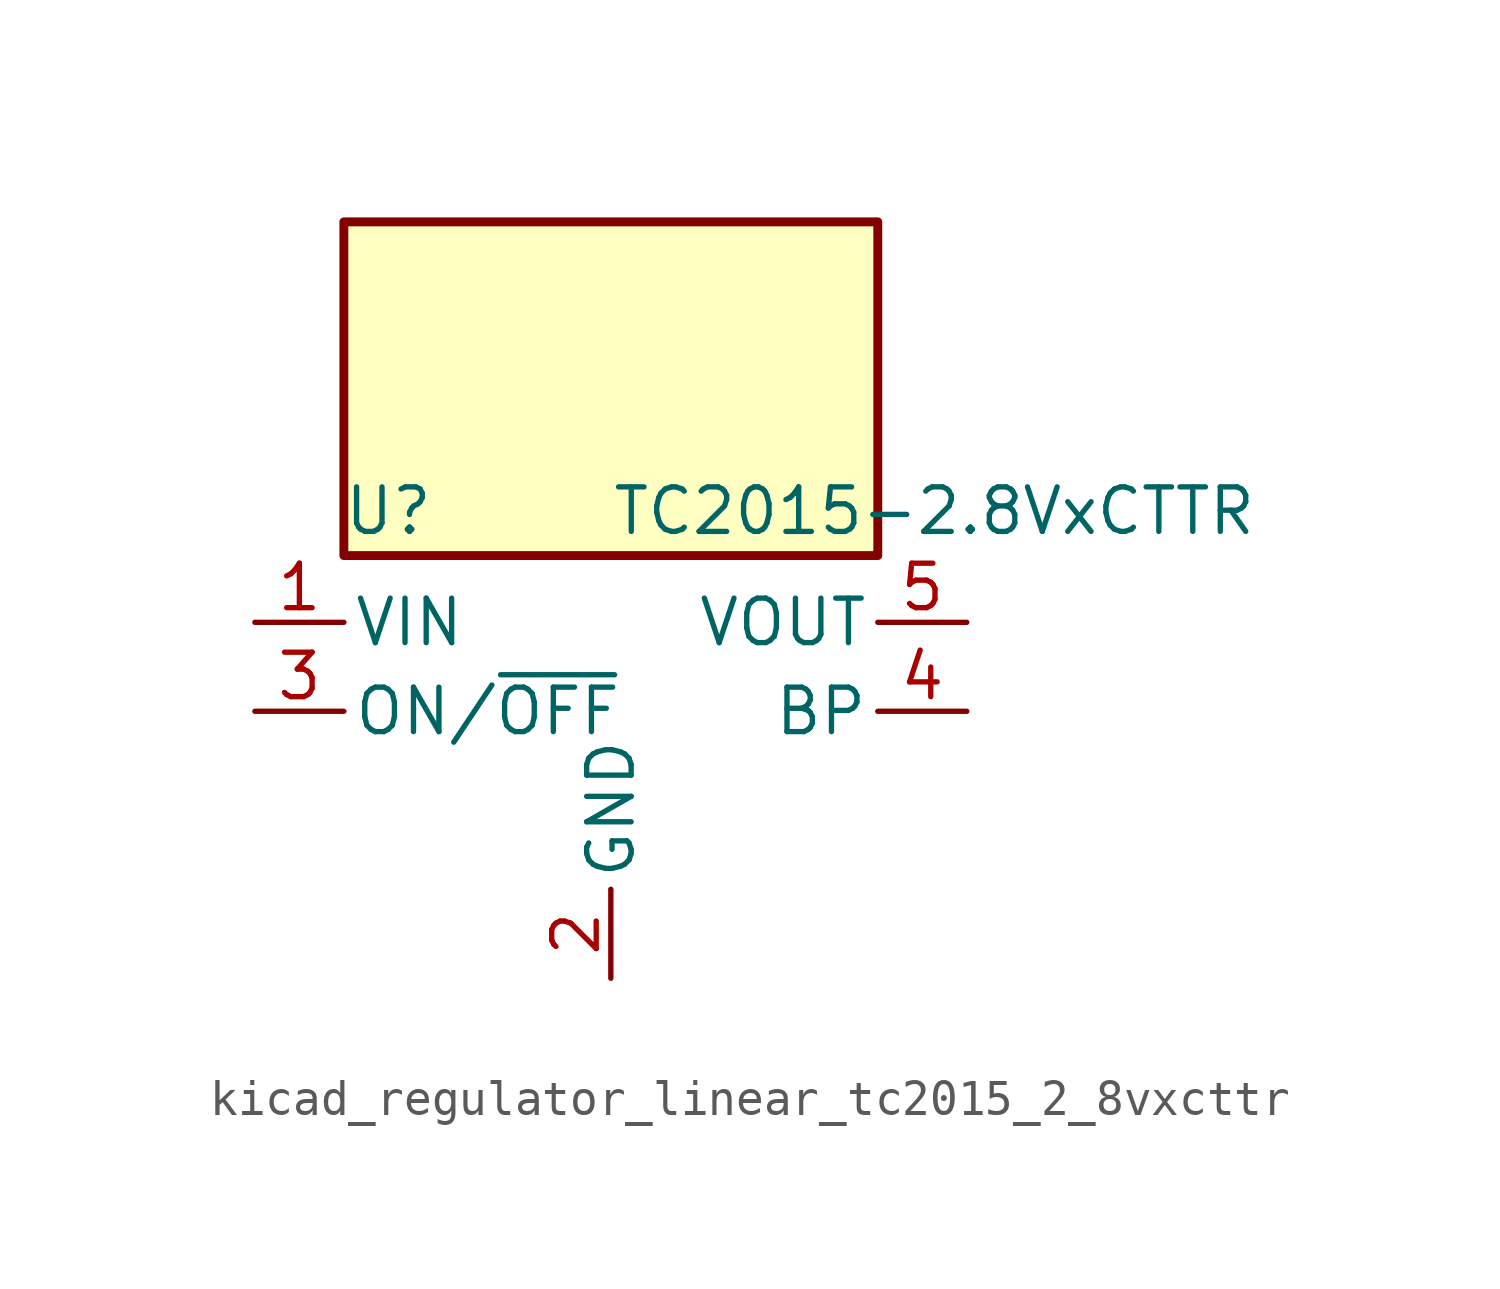
<source format=kicad_sym>
(kicad_symbol_lib
  (version 20220914)
  (generator kicad_symbol_editor)
  (symbol "kicad_regulator_linear_tc2015_2_8vxcttr"
    (pin_names
      (offset 0.254))
    (property "Reference" "U"
      (at -6.35 5.715 0)
      (effects (font (size 1.27 1.27))))
    (property "Value" "TC2015-2.8VxCTTR"
      (at 0 5.715 0)
      (effects (font (size 1.27 1.27)) (justify left)))
    (symbol "kicad_regulator_linear_tc2015_2_8vxcttr_0_1"
      (rectangle (start 7.62 13.97) (end -7.62 4.445) (stroke (width 0.254) (type default)) (fill (type background))))
    (symbol "kicad_regulator_linear_tc2015_2_8vxcttr_1_1"
      (pin power_in line (at -10.16 2.54 0) (length 2.54) (name "VIN" (effects (font (size 1.27 1.27)))) (number "1" (effects (font (size 1.27 1.27)))))
      (pin power_in line (at 0 -7.62 90) (length 2.54) (name "GND" (effects (font (size 1.27 1.27)))) (number "2" (effects (font (size 1.27 1.27)))))
      (pin input line (at -10.16 0 0) (length 2.54) (name "ON/~{OFF}" (effects (font (size 1.27 1.27)))) (number "3" (effects (font (size 1.27 1.27)))))
      (pin input line (at 10.16 0 180) (length 2.54) (name "BP" (effects (font (size 1.27 1.27)))) (number "4" (effects (font (size 1.27 1.27)))))
      (pin power_out line (at 10.16 2.54 180) (length 2.54) (name "VOUT" (effects (font (size 1.27 1.27)))) (number "5" (effects (font (size 1.27 1.27))))))))
</source>
